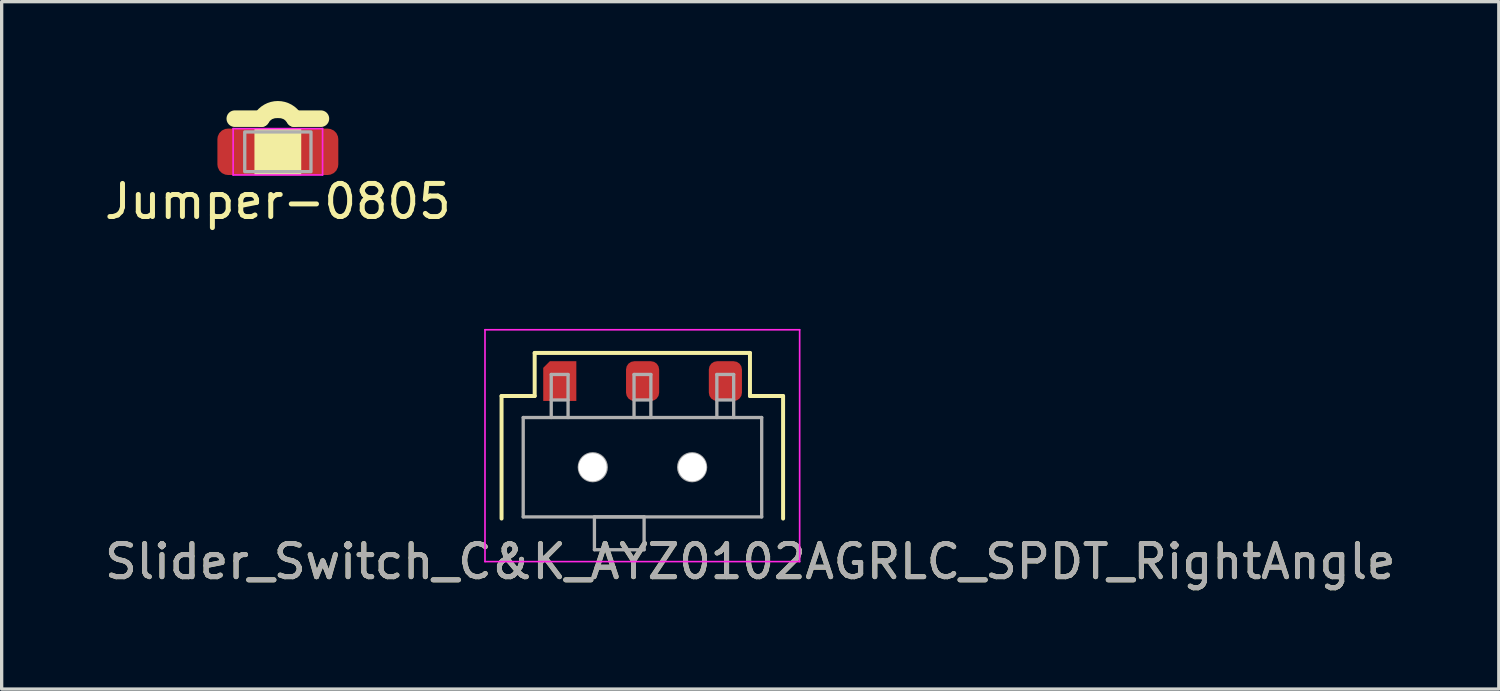
<source format=kicad_pcb>
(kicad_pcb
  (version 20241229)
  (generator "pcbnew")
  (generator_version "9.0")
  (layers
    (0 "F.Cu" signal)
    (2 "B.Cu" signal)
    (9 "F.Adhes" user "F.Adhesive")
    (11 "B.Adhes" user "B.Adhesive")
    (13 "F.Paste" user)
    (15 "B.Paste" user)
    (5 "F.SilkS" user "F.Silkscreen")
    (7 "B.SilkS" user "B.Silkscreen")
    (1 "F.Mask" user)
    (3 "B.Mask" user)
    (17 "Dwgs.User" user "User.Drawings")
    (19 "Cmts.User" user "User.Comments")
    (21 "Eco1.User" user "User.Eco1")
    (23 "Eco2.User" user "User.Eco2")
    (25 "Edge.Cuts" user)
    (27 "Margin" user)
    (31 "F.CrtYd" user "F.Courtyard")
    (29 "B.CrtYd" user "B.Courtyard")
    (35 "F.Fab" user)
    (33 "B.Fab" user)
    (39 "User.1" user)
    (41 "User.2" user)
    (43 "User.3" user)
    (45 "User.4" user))
  (footprint "Jumper-0805"
    (layer "F.Cu")
    (at 5.339 1.533)
    (property "Reference" "Jumper-0805" (at 0 1.5 0) (layer "F.SilkS") (effects (font (size 1 1) (thickness 0.15))))
    (attr smd)
    (fp_line (start -1.3 -1) (end -0.5 -1) (stroke (width 0.5) (type solid)) (layer "F.SilkS"))
    (fp_line (start 0.5 -1) (end 1.3 -1) (stroke (width 0.5) (type solid)) (layer "F.SilkS"))
    (fp_arc (start -0.500143 -0.999759) (mid -0.00014 -1.283094) (end 0.499999 -0.999999) (stroke (width 0.5) (type solid)) (layer "F.SilkS"))
    (fp_arc (start -0.5 -0.999999) (mid 0 -1.118033) (end 0.499999 -0.999999) (stroke (width 0.2) (type solid)) (layer "F.SilkS"))
    (fp_poly (pts (xy -0.7 -0.7) (xy 0.7 -0.7) (xy 0.7 0.7) (xy -0.7 0.7)) (stroke (width 0.01) (type solid)) (fill yes) (layer "F.SilkS"))
    (fp_line (start -1.35 -0.7) (end -1.35 0.7) (stroke (width 0.05) (type solid)) (layer "F.CrtYd"))
    (fp_line (start -1.35 -0.7) (end 1.35 -0.7) (stroke (width 0.05) (type solid)) (layer "F.CrtYd"))
    (fp_line (start 1.35 -0.7) (end 1.35 0.7) (stroke (width 0.05) (type solid)) (layer "F.CrtYd"))
    (fp_line (start 1.35 0.7) (end -1.35 0.7) (stroke (width 0.05) (type solid)) (layer "F.CrtYd"))
    (fp_poly (pts (xy -1 -0.6) (xy 1 -0.6) (xy 1 0.6) (xy -1 0.6)) (stroke (width 0.1) (type solid)) (fill no) (layer "F.Fab"))
    (pad "1" smd roundrect (at -1.075 0) (size 1.5 1.4) (layers "F.Cu" "F.Mask" "F.Paste") (roundrect_rratio 0.227))
    (pad "1" smd roundrect (at 1.075 0) (size 1.5 1.4) (layers "F.Cu" "F.Mask" "F.Paste") (roundrect_rratio 0.227)))
  (footprint "Slider_Switch_C&K_AYZ0102AGRLC_SPDT_RightAngle"
    (layer "F.Cu")
    (at 16.347 11.056)
    (property "Reference" "Slider_Switch_C&K_AYZ0102AGRLC_SPDT_RightAngle" (at 3.254 2.85 0) (unlocked yes) (layer "F.SilkS") (effects (font (size 1 1) (thickness 0.15))))
    (attr smd)
    (fp_line (start -4.254 -2.15) (end -4.254 1.55) (stroke (width 0.12) (type solid)) (layer "F.SilkS"))
    (fp_line (start -3.254 -3.45) (end -3.254 -2.15) (stroke (width 0.12) (type solid)) (layer "F.SilkS"))
    (fp_line (start -3.254 -2.15) (end -4.254 -2.15) (stroke (width 0.12) (type solid)) (layer "F.SilkS"))
    (fp_line (start 3.246 -3.45) (end -3.254 -3.45) (stroke (width 0.12) (type solid)) (layer "F.SilkS"))
    (fp_line (start 3.246 -2.15) (end 3.246 -3.45) (stroke (width 0.12) (type solid)) (layer "F.SilkS"))
    (fp_line (start 3.746 -2.15) (end 3.246 -2.15) (stroke (width 0.12) (type solid)) (layer "F.SilkS"))
    (fp_line (start 3.746 -2.15) (end 4.246 -2.15) (stroke (width 0.12) (type solid)) (layer "F.SilkS"))
    (fp_line (start 4.246 -2.15) (end 4.246 1.55) (stroke (width 0.12) (type solid)) (layer "F.SilkS"))
    (fp_line (start -4.754 -4.15) (end 4.746 -4.15) (stroke (width 0.05) (type solid)) (layer "F.CrtYd"))
    (fp_line (start -4.754 2.85) (end -4.754 -4.15) (stroke (width 0.05) (type solid)) (layer "F.CrtYd"))
    (fp_line (start 4.746 -4.15) (end 4.746 2.85) (stroke (width 0.05) (type solid)) (layer "F.CrtYd"))
    (fp_line (start 4.746 2.85) (end -4.754 2.85) (stroke (width 0.05) (type solid)) (layer "F.CrtYd"))
    (fp_line (start -3.6 -1.5) (end 3.6 -1.5) (stroke (width 0.1) (type solid)) (layer "F.Fab"))
    (fp_line (start -3.6 1.5) (end -3.6 -1.5) (stroke (width 0.1) (type solid)) (layer "F.Fab"))
    (fp_line (start -2.754 -2.8) (end -2.754 -1.5) (stroke (width 0.1) (type solid)) (layer "F.Fab"))
    (fp_line (start -2.246 -2.8) (end -2.754 -2.8) (stroke (width 0.1) (type solid)) (layer "F.Fab"))
    (fp_line (start -2.246 -2.03) (end -2.754 -2.03) (stroke (width 0.1) (type solid)) (layer "F.Fab"))
    (fp_line (start -2.246 -1.5) (end -2.246 -2.8) (stroke (width 0.1) (type solid)) (layer "F.Fab"))
    (fp_line (start -1.45 1.5) (end 0.05 1.5) (stroke (width 0.1) (type solid)) (layer "F.Fab"))
    (fp_line (start -1.45 2.491) (end -1.45 1.5) (stroke (width 0.1) (type solid)) (layer "F.Fab"))
    (fp_line (start -0.254 -2.8) (end -0.254 -1.5) (stroke (width 0.1) (type solid)) (layer "F.Fab"))
    (fp_line (start 0.05 1.5) (end 0.05 2.491) (stroke (width 0.1) (type solid)) (layer "F.Fab"))
    (fp_line (start 0.05 2.491) (end -1.45 2.491) (stroke (width 0.1) (type solid)) (layer "F.Fab"))
    (fp_line (start 0.254 -2.8) (end -0.254 -2.8) (stroke (width 0.1) (type solid)) (layer "F.Fab"))
    (fp_line (start 0.254 -2.03) (end -0.254 -2.03) (stroke (width 0.1) (type solid)) (layer "F.Fab"))
    (fp_line (start 0.254 -1.5) (end 0.254 -2.8) (stroke (width 0.1) (type solid)) (layer "F.Fab"))
    (fp_line (start 2.246 -2.8) (end 2.246 -1.5) (stroke (width 0.1) (type solid)) (layer "F.Fab"))
    (fp_line (start 2.754 -2.8) (end 2.246 -2.8) (stroke (width 0.1) (type solid)) (layer "F.Fab"))
    (fp_line (start 2.754 -2.8) (end 2.754 -1.5) (stroke (width 0.1) (type solid)) (layer "F.Fab"))
    (fp_line (start 2.754 -2.03) (end 2.246 -2.03) (stroke (width 0.1) (type solid)) (layer "F.Fab"))
    (fp_line (start 3.6 -1.5) (end 3.6 1.5) (stroke (width 0.1) (type solid)) (layer "F.Fab"))
    (fp_line (start 3.6 1.5) (end -3.6 1.5) (stroke (width 0.1) (type solid)) (layer "F.Fab"))
    (fp_circle (center -1.5 0) (end -1.094 0) (stroke (width 0.1) (type solid)) (fill no) (layer "F.Fab"))
    (fp_circle (center 1.5 0) (end 1.906 0) (stroke (width 0.1) (type solid)) (fill no) (layer "F.Fab"))
    (fp_text user "${REFERENCE}" (at 3.254 2.85 0) (unlocked yes) (layer "F.Fab") (effects (font (size 1 1) (thickness 0.15))))
    (pad "" np_thru_hole circle (at -1.504 0) (size 0.85 0.85) (drill 0.85) (layers "*.Cu" "*.Mask"))
    (pad "" np_thru_hole circle (at 1.504 0) (size 0.85 0.85) (drill 0.85) (layers "*.Cu" "*.Mask"))
    (pad "1" smd roundrect (at -2.496 -2.6) (size 1 1.2) (layers "F.Cu" "F.Mask" "F.Paste") (roundrect_rratio 0) (chamfer_ratio 0.2) (chamfer top_left))
    (pad "2" smd roundrect (at 0.004 -2.6) (size 1 1.2) (layers "F.Cu" "F.Mask" "F.Paste") (roundrect_rratio 0.25))
    (pad "3" smd roundrect (at 2.504 -2.6) (size 1 1.2) (layers "F.Cu" "F.Mask" "F.Paste") (roundrect_rratio 0.25)))
  (gr_rect
    (start -3 -3)
    (end 42.202 17.755)
    (stroke (width 0.1) (type default))
    (fill no)
    (layer "Edge.Cuts")))
</source>
